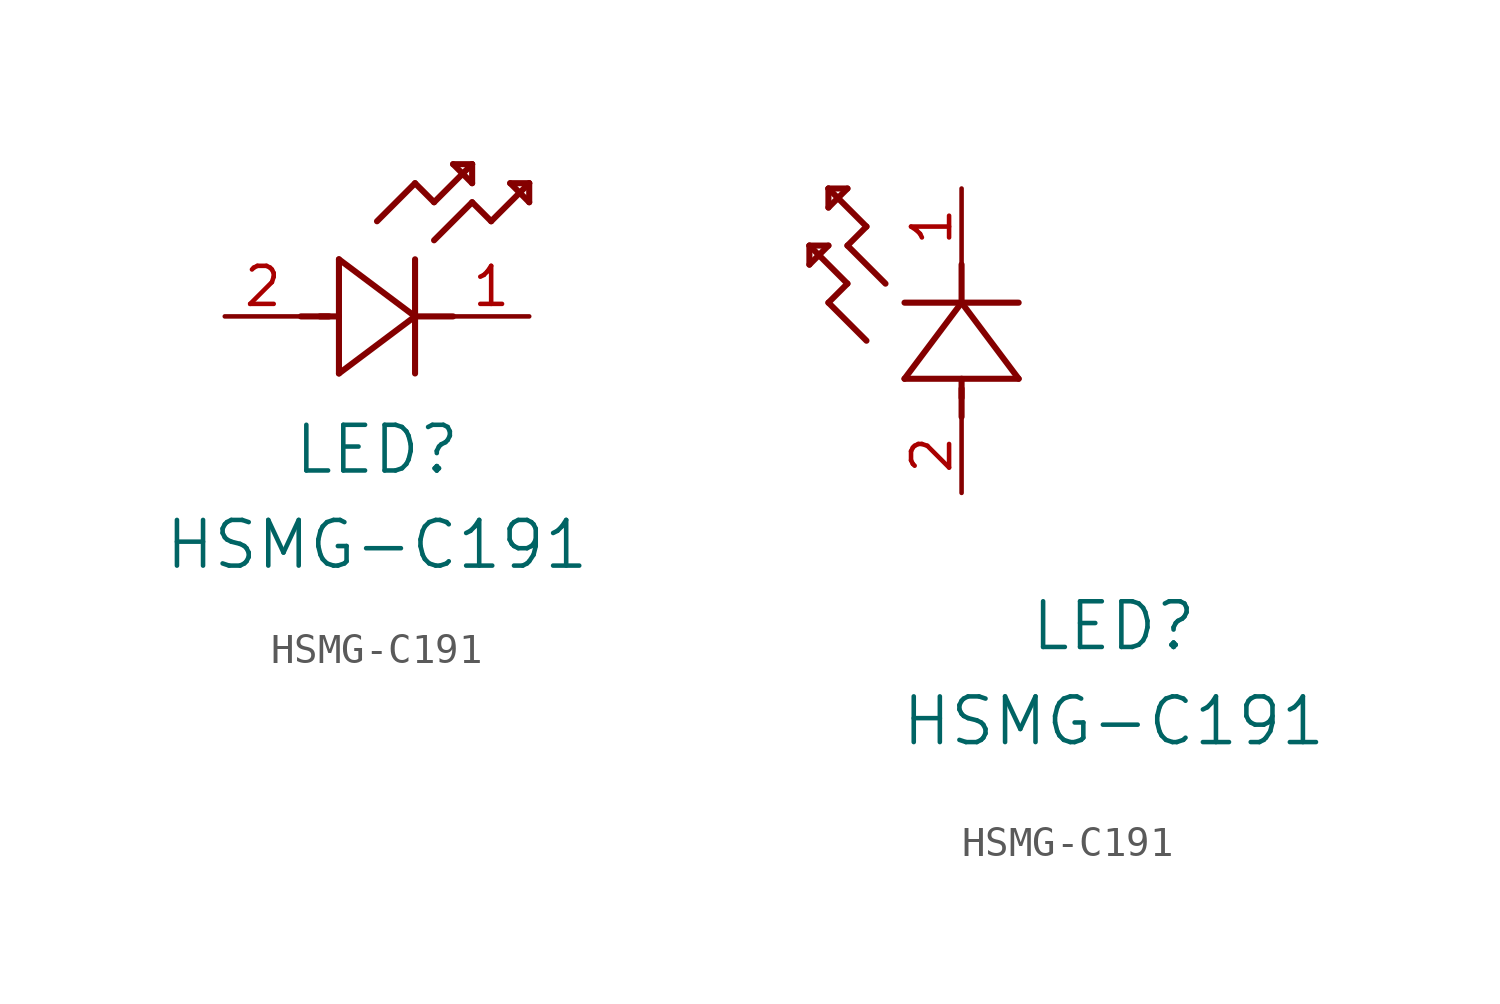
<source format=kicad_sym>
(kicad_symbol_lib
  (version 20211014)
  (generator kicad_symbol_editor)
  (symbol "HSMG-C191"
    (pin_names
      (offset 0.254))
    (property "Reference" "LED"
      (at 5.08 -4.445 0)
      (effects (font (size 1.524 1.524))))
    (property "Value" "HSMG-C191"
      (at 5.08 -7.62 0)
      (effects (font (size 1.524 1.524))))
    (symbol "HSMG-C191_1_1"
      (polyline (pts (xy 2.54 0) (xy 3.48 0)) (stroke (width 0.203) (type default) (color 0 0 0 0)) (fill (type none)))
      (polyline (pts (xy 3.81 1.905) (xy 3.81 -1.905)) (stroke (width 0.203) (type default) (color 0 0 0 0)) (fill (type none)))
      (polyline (pts (xy 3.175 0) (xy 3.81 0)) (stroke (width 0.203) (type default) (color 0 0 0 0)) (fill (type none)))
      (polyline (pts (xy 6.35 -1.905) (xy 6.35 1.905)) (stroke (width 0.203) (type default) (color 0 0 0 0)) (fill (type none)))
      (polyline (pts (xy 6.35 0) (xy 7.62 0)) (stroke (width 0.203) (type default) (color 0 0 0 0)) (fill (type none)))
      (polyline (pts (xy 6.35 4.445) (xy 6.985 3.81)) (stroke (width 0.203) (type default) (color 0 0 0 0)) (fill (type none)))
      (polyline (pts (xy 6.985 3.81) (xy 8.255 5.08)) (stroke (width 0.203) (type default) (color 0 0 0 0)) (fill (type none)))
      (polyline (pts (xy 8.255 3.81) (xy 8.89 3.175)) (stroke (width 0.203) (type default) (color 0 0 0 0)) (fill (type none)))
      (polyline (pts (xy 8.89 3.175) (xy 10.16 4.445)) (stroke (width 0.203) (type default) (color 0 0 0 0)) (fill (type none)))
      (polyline (pts (xy 8.255 5.08) (xy 7.62 5.08)) (stroke (width 0.203) (type default) (color 0 0 0 0)) (fill (type none)))
      (polyline (pts (xy 7.62 5.08) (xy 8.255 4.445)) (stroke (width 0.203) (type default) (color 0 0 0 0)) (fill (type none)))
      (polyline (pts (xy 8.255 4.445) (xy 8.255 5.08)) (stroke (width 0.203) (type default) (color 0 0 0 0)) (fill (type none)))
      (polyline (pts (xy 10.16 4.445) (xy 9.525 4.445)) (stroke (width 0.203) (type default) (color 0 0 0 0)) (fill (type none)))
      (polyline (pts (xy 9.525 4.445) (xy 10.16 3.81)) (stroke (width 0.203) (type default) (color 0 0 0 0)) (fill (type none)))
      (polyline (pts (xy 10.16 3.81) (xy 10.16 4.445)) (stroke (width 0.203) (type default) (color 0 0 0 0)) (fill (type none)))
      (polyline (pts (xy 6.985 2.54) (xy 8.255 3.81)) (stroke (width 0.203) (type default) (color 0 0 0 0)) (fill (type none)))
      (polyline (pts (xy 6.35 0) (xy 3.81 1.905)) (stroke (width 0.203) (type default) (color 0 0 0 0)) (fill (type none)))
      (polyline (pts (xy 3.81 -1.905) (xy 6.35 0)) (stroke (width 0.203) (type default) (color 0 0 0 0)) (fill (type none)))
      (polyline (pts (xy 5.08 3.175) (xy 6.35 4.445)) (stroke (width 0.203) (type default) (color 0 0 0 0)) (fill (type none)))
      (pin unspecified line (at 10.16 0 180) (length 2.54) (name "" (effects (font (size 1.27 1.27)))) (number "1" (effects (font (size 1.27 1.27)))))
      (pin unspecified line (at 0 0 0) (length 2.54) (name "" (effects (font (size 1.27 1.27)))) (number "2" (effects (font (size 1.27 1.27))))))
    (symbol "HSMG-C191_1_2"
      (polyline (pts (xy 0 2.54) (xy 0 3.48)) (stroke (width 0.203) (type default) (color 0 0 0 0)) (fill (type none)))
      (polyline (pts (xy -1.905 3.81) (xy 1.905 3.81)) (stroke (width 0.203) (type default) (color 0 0 0 0)) (fill (type none)))
      (polyline (pts (xy 0 3.175) (xy 0 3.81)) (stroke (width 0.203) (type default) (color 0 0 0 0)) (fill (type none)))
      (polyline (pts (xy 1.905 6.35) (xy -1.905 6.35)) (stroke (width 0.203) (type default) (color 0 0 0 0)) (fill (type none)))
      (polyline (pts (xy 0 6.35) (xy 0 7.62)) (stroke (width 0.203) (type default) (color 0 0 0 0)) (fill (type none)))
      (polyline (pts (xy 0 6.35) (xy -1.905 3.81)) (stroke (width 0.203) (type default) (color 0 0 0 0)) (fill (type none)))
      (polyline (pts (xy 1.905 3.81) (xy 0 6.35)) (stroke (width 0.203) (type default) (color 0 0 0 0)) (fill (type none)))
      (polyline (pts (xy -4.445 6.35) (xy -3.81 6.985)) (stroke (width 0.203) (type default) (color 0 0 0 0)) (fill (type none)))
      (polyline (pts (xy -2.54 6.985) (xy -3.81 8.255)) (stroke (width 0.203) (type default) (color 0 0 0 0)) (fill (type none)))
      (polyline (pts (xy -3.175 5.08) (xy -4.445 6.35)) (stroke (width 0.203) (type default) (color 0 0 0 0)) (fill (type none)))
      (polyline (pts (xy -4.445 10.16) (xy -4.445 9.525)) (stroke (width 0.203) (type default) (color 0 0 0 0)) (fill (type none)))
      (polyline (pts (xy -4.445 9.525) (xy -3.81 10.16)) (stroke (width 0.203) (type default) (color 0 0 0 0)) (fill (type none)))
      (polyline (pts (xy -3.81 10.16) (xy -4.445 10.16)) (stroke (width 0.203) (type default) (color 0 0 0 0)) (fill (type none)))
      (polyline (pts (xy -3.81 8.255) (xy -3.175 8.89)) (stroke (width 0.203) (type default) (color 0 0 0 0)) (fill (type none)))
      (polyline (pts (xy -3.175 8.89) (xy -4.445 10.16)) (stroke (width 0.203) (type default) (color 0 0 0 0)) (fill (type none)))
      (polyline (pts (xy -3.81 6.985) (xy -5.08 8.255)) (stroke (width 0.203) (type default) (color 0 0 0 0)) (fill (type none)))
      (polyline (pts (xy -5.08 8.255) (xy -5.08 7.62)) (stroke (width 0.203) (type default) (color 0 0 0 0)) (fill (type none)))
      (polyline (pts (xy -5.08 7.62) (xy -4.445 8.255)) (stroke (width 0.203) (type default) (color 0 0 0 0)) (fill (type none)))
      (polyline (pts (xy -4.445 8.255) (xy -5.08 8.255)) (stroke (width 0.203) (type default) (color 0 0 0 0)) (fill (type none)))
      (pin unspecified line (at 0 10.16 270) (length 2.54) (name "" (effects (font (size 1.27 1.27)))) (number "1" (effects (font (size 1.27 1.27)))))
      (pin unspecified line (at 0 0 90) (length 2.54) (name "" (effects (font (size 1.27 1.27)))) (number "2" (effects (font (size 1.27 1.27))))))))
</source>
